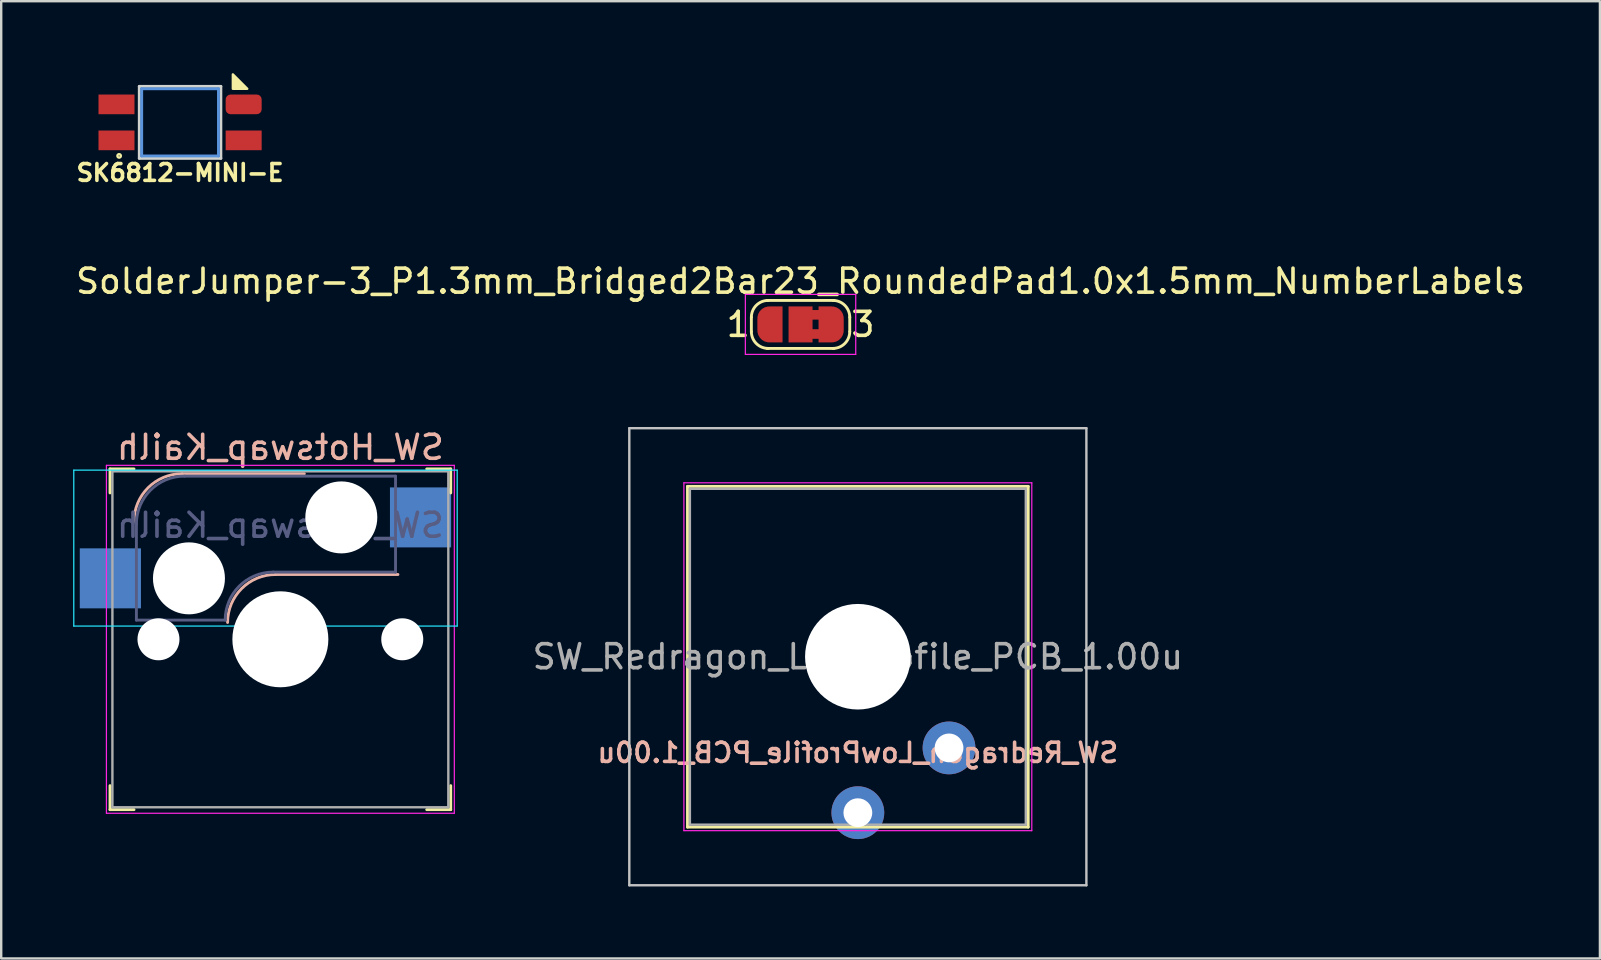
<source format=kicad_pcb>
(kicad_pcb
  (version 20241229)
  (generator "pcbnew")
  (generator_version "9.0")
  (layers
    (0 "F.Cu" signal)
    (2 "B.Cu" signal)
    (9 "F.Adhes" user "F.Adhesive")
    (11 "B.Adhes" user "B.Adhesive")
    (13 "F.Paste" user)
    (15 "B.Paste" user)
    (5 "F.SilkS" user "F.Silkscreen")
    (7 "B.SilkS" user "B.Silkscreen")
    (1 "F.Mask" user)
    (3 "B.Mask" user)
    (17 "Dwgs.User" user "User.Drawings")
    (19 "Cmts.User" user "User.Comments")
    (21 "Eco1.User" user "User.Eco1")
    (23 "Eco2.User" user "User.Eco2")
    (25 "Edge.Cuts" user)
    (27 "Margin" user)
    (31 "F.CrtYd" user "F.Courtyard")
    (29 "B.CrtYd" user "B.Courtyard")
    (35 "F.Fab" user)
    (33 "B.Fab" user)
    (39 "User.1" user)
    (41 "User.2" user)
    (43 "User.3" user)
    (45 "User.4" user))
  (footprint "SW_Hotswap_Kailh"
    (layer "F.Cu")
    (at 8.635 23.594)
    (property "Reference" "SW_Hotswap_Kailh" (at 0 -8 0) (layer "B.SilkS") (effects (font (size 1 1) (thickness 0.15)) (justify mirror)))
    (attr smd)
    (fp_line (start -7.1 -7.1) (end -7.1 -6.1) (stroke (width 0.12) (type solid)) (layer "F.SilkS"))
    (fp_line (start -7.1 6.1) (end -7.1 7.1) (stroke (width 0.12) (type solid)) (layer "F.SilkS"))
    (fp_line (start -6.1 -7.1) (end -7.1 -7.1) (stroke (width 0.12) (type solid)) (layer "F.SilkS"))
    (fp_line (start -6.1 7.1) (end -7.1 7.1) (stroke (width 0.12) (type solid)) (layer "F.SilkS"))
    (fp_line (start 6.1 -7.1) (end 7.1 -7.1) (stroke (width 0.12) (type solid)) (layer "F.SilkS"))
    (fp_line (start 6.1 7.1) (end 7.1 7.1) (stroke (width 0.12) (type solid)) (layer "F.SilkS"))
    (fp_line (start 7.1 -7.1) (end 7.1 -6.1) (stroke (width 0.12) (type solid)) (layer "F.SilkS"))
    (fp_line (start 7.1 7.1) (end 7.1 6.1) (stroke (width 0.12) (type solid)) (layer "F.SilkS"))
    (fp_line (start -4.1 -6.9) (end 1 -6.9) (stroke (width 0.12) (type solid)) (layer "B.SilkS"))
    (fp_line (start -0.2 -2.7) (end 4.9 -2.7) (stroke (width 0.12) (type solid)) (layer "B.SilkS"))
    (fp_arc (start -6.1 -4.9) (mid -5.514214 -6.314214) (end -4.1 -6.9) (stroke (width 0.12) (type solid)) (layer "B.SilkS"))
    (fp_arc (start -2.2 -0.7) (mid -1.614214 -2.114214) (end -0.2 -2.7) (stroke (width 0.12) (type solid)) (layer "B.SilkS"))
    (fp_line (start -8.61 -7.05) (end -8.61 -0.55) (stroke (width 0.05) (type solid)) (layer "B.CrtYd"))
    (fp_line (start -8.61 -0.55) (end 7.37 -0.55) (stroke (width 0.05) (type solid)) (layer "B.CrtYd"))
    (fp_line (start 7.37 -7.05) (end -8.61 -7.05) (stroke (width 0.05) (type solid)) (layer "B.CrtYd"))
    (fp_line (start 7.37 -0.55) (end 7.37 -7.05) (stroke (width 0.05) (type solid)) (layer "B.CrtYd"))
    (fp_line (start -7.25 -7.25) (end -7.25 7.25) (stroke (width 0.05) (type solid)) (layer "F.CrtYd"))
    (fp_line (start -7.25 7.25) (end 7.25 7.25) (stroke (width 0.05) (type solid)) (layer "F.CrtYd"))
    (fp_line (start 7.25 -7.25) (end -7.25 -7.25) (stroke (width 0.05) (type solid)) (layer "F.CrtYd"))
    (fp_line (start 7.25 7.25) (end 7.25 -7.25) (stroke (width 0.05) (type solid)) (layer "F.CrtYd"))
    (fp_line (start -6 -0.8) (end -6 -4.8) (stroke (width 0.12) (type solid)) (layer "B.Fab"))
    (fp_line (start -6 -0.8) (end -2.3 -0.8) (stroke (width 0.12) (type solid)) (layer "B.Fab"))
    (fp_line (start -4 -6.8) (end 4.8 -6.8) (stroke (width 0.12) (type solid)) (layer "B.Fab"))
    (fp_line (start -0.3 -2.8) (end 4.8 -2.8) (stroke (width 0.12) (type solid)) (layer "B.Fab"))
    (fp_line (start 4.8 -6.8) (end 4.8 -2.8) (stroke (width 0.12) (type solid)) (layer "B.Fab"))
    (fp_arc (start -6 -4.8) (mid -5.414214 -6.214214) (end -4 -6.8) (stroke (width 0.12) (type solid)) (layer "B.Fab"))
    (fp_arc (start -2.3 -0.8) (mid -1.714214 -2.214214) (end -0.3 -2.8) (stroke (width 0.12) (type solid)) (layer "B.Fab"))
    (fp_line (start -7 -7) (end -7 7) (stroke (width 0.1) (type solid)) (layer "F.Fab"))
    (fp_line (start -7 7) (end 7 7) (stroke (width 0.1) (type solid)) (layer "F.Fab"))
    (fp_line (start 7 -7) (end -7 -7) (stroke (width 0.1) (type solid)) (layer "F.Fab"))
    (fp_line (start 7 7) (end 7 -7) (stroke (width 0.1) (type solid)) (layer "F.Fab"))
    (fp_text user "${REFERENCE}" (at 0 -4.75 0) (layer "B.Fab") (effects (font (size 1 1) (thickness 0.15)) (justify mirror)))
    (pad "" np_thru_hole circle (at -5.08 0) (size 1.75 1.75) (drill 1.75) (layers "*.Cu" "*.Mask"))
    (pad "" np_thru_hole circle (at -3.81 -2.54) (size 3 3) (drill 3) (layers "*.Cu" "*.Mask"))
    (pad "" np_thru_hole circle (at 0 0) (size 4 4) (drill 4) (layers "*.Cu" "*.Mask"))
    (pad "" np_thru_hole circle (at 2.54 -5.08) (size 3 3) (drill 3) (layers "*.Cu" "*.Mask"))
    (pad "" np_thru_hole circle (at 5.08 0) (size 1.75 1.75) (drill 1.75) (layers "*.Cu" "*.Mask"))
    (pad "1" smd rect (at -7.085 -2.54) (size 2.55 2.5) (layers "B.Cu" "B.Mask" "B.Paste"))
    (pad "2" smd rect (at 5.842 -5.08) (size 2.55 2.5) (layers "B.Cu" "B.Mask" "B.Paste")))
  (footprint "SolderJumper-3_P1.3mm_Bridged2Bar23_RoundedPad1.0x1.5mm_NumberLabels"
    (layer "F.Cu")
    (at 30.315 10.471)
    (property "Reference" "SolderJumper-3_P1.3mm_Bridged2Bar23_RoundedPad1.0x1.5mm_NumberLabels" (at 0 -1.8 0) (layer "F.SilkS") (effects (font (size 1 1) (thickness 0.15))))
    (attr exclude_from_pos_files exclude_from_bom)
    (fp_poly (pts (xy 0.356 -0.6) (xy 0.914 -0.6) (xy 0.914 -0.2) (xy 0.356 -0.2)) (stroke (width 0) (type solid)) (fill yes) (layer "F.Cu"))
    (fp_poly (pts (xy 0.381 0.2) (xy 0.889 0.2) (xy 0.889 0.6) (xy 0.381 0.6)) (stroke (width 0) (type solid)) (fill yes) (layer "F.Cu"))
    (fp_line (start -2.05 0.3) (end -2.05 -0.3) (stroke (width 0.12) (type solid)) (layer "F.SilkS"))
    (fp_line (start -1.4 -1) (end 1.4 -1) (stroke (width 0.12) (type solid)) (layer "F.SilkS"))
    (fp_line (start 1.4 1) (end -1.4 1) (stroke (width 0.12) (type solid)) (layer "F.SilkS"))
    (fp_line (start 2.05 -0.3) (end 2.05 0.3) (stroke (width 0.12) (type solid)) (layer "F.SilkS"))
    (fp_arc (start -2.05 -0.3) (mid -1.844975 -0.794975) (end -1.35 -1) (stroke (width 0.12) (type solid)) (layer "F.SilkS"))
    (fp_arc (start -1.35 1) (mid -1.844975 0.794975) (end -2.05 0.3) (stroke (width 0.12) (type solid)) (layer "F.SilkS"))
    (fp_arc (start 1.35 -1) (mid 1.844975 -0.794975) (end 2.05 -0.3) (stroke (width 0.12) (type solid)) (layer "F.SilkS"))
    (fp_arc (start 2.05 0.3) (mid 1.844975 0.794975) (end 1.35 1) (stroke (width 0.12) (type solid)) (layer "F.SilkS"))
    (fp_line (start -2.3 -1.25) (end -2.3 1.25) (stroke (width 0.05) (type solid)) (layer "F.CrtYd"))
    (fp_line (start -2.3 -1.25) (end 2.3 -1.25) (stroke (width 0.05) (type solid)) (layer "F.CrtYd"))
    (fp_line (start 2.3 1.25) (end -2.3 1.25) (stroke (width 0.05) (type solid)) (layer "F.CrtYd"))
    (fp_line (start 2.3 1.25) (end 2.3 -1.25) (stroke (width 0.05) (type solid)) (layer "F.CrtYd"))
    (fp_text user "1" (at -2.6 0 0) (layer "F.SilkS") (effects (font (size 1 1) (thickness 0.15))))
    (fp_text user "3" (at 2.6 0 0) (layer "F.SilkS") (effects (font (size 1 1) (thickness 0.15))))
    (pad "1" smd custom (at -1.3 0) (size 1 0.5) (layers "F.Cu" "F.Mask") (options (anchor rect)) (primitives (gr_circle (center 0 0.25) (end 0.5 0.25) (width 0) (fill yes)) (gr_circle (center 0 -0.25) (end 0.5 -0.25) (width 0) (fill yes)) (gr_poly (pts (xy 0.55 -0.75) (xy 0 -0.75) (xy 0 0.75) (xy 0.55 0.75)) (width 0) (fill yes))))
    (pad "2" smd rect (at 0 0) (size 1 1.5) (layers "F.Cu" "F.Mask"))
    (pad "3" smd custom (at 1.3 0) (size 1 0.5) (layers "F.Cu" "F.Mask") (options (anchor rect)) (primitives (gr_circle (center 0 0.25) (end 0.5 0.25) (width 0) (fill yes)) (gr_circle (center 0 -0.25) (end 0.5 -0.25) (width 0) (fill yes)) (gr_poly (pts (xy -0.55 -0.75) (xy 0 -0.75) (xy 0 0.75) (xy -0.55 0.75)) (width 0) (fill yes)))))
  (footprint "SK6812-MINI-E"
    (layer "F.Cu")
    (at 4.455 2.05)
    (property "Reference" "SK6812-MINI-E" (at 0 2.1 0) (unlocked yes) (layer "F.SilkS") (effects (font (size 0.7 0.7) (thickness 0.15))))
    (attr smd)
    (fp_circle (center -2.54 1.397) (end -2.489 1.448) (stroke (width 0.1) (type default)) (fill no) (layer "F.SilkS"))
    (fp_poly (pts (xy 2.8 -1.4) (xy 2.2 -1.4) (xy 2.2 -2)) (stroke (width 0.1) (type solid)) (fill yes) (layer "F.SilkS"))
    (fp_line (start -1.6 -1.4) (end 1.6 -1.4) (stroke (width 0.12) (type solid)) (layer "Cmts.User"))
    (fp_line (start -1.6 1.4) (end -1.6 -1.4) (stroke (width 0.12) (type solid)) (layer "Cmts.User"))
    (fp_line (start 1.6 -1.4) (end 1.6 1.4) (stroke (width 0.12) (type solid)) (layer "Cmts.User"))
    (fp_line (start 1.6 1.4) (end -1.6 1.4) (stroke (width 0.12) (type solid)) (layer "Cmts.User"))
    (fp_line (start -1.7 -1.5) (end 1.7 -1.5) (stroke (width 0.12) (type solid)) (layer "Edge.Cuts"))
    (fp_line (start -1.7 1.5) (end -1.7 -1.5) (stroke (width 0.12) (type solid)) (layer "Edge.Cuts"))
    (fp_line (start 1.7 -1.5) (end 1.7 1.5) (stroke (width 0.12) (type solid)) (layer "Edge.Cuts"))
    (fp_line (start 1.7 1.5) (end -1.7 1.5) (stroke (width 0.12) (type solid)) (layer "Edge.Cuts"))
    (pad "1" smd rect (at -2.65 0.75) (size 1.5 0.82) (layers "F.Cu" "F.Mask" "F.Paste"))
    (pad "2" smd rect (at -2.65 -0.75) (size 1.5 0.82) (layers "F.Cu" "F.Mask" "F.Paste"))
    (pad "3" smd roundrect (at 2.65 -0.75) (size 1.5 0.82) (layers "F.Cu" "F.Mask" "F.Paste") (roundrect_rratio 0.25))
    (pad "4" smd rect (at 2.65 0.75) (size 1.5 0.82) (layers "F.Cu" "F.Mask" "F.Paste")))
  (footprint "SW_Redragon_LowProfile_PCB_1.00u"
    (layer "F.Cu")
    (at 32.703 24.321)
    (property "Reference" "SW_Redragon_LowProfile_PCB_1.00u" (at 0 4 0) (layer "B.SilkS") (effects (font (size 0.8 0.8) (thickness 0.15)) (justify mirror)))
    (attr through_hole)
    (fp_line (start -7.1 -7.1) (end -7.1 7.1) (stroke (width 0.12) (type solid)) (layer "F.SilkS"))
    (fp_line (start -7.1 7.1) (end 7.1 7.1) (stroke (width 0.12) (type solid)) (layer "F.SilkS"))
    (fp_line (start 7.1 -7.1) (end -7.1 -7.1) (stroke (width 0.12) (type solid)) (layer "F.SilkS"))
    (fp_line (start 7.1 7.1) (end 7.1 -7.1) (stroke (width 0.12) (type solid)) (layer "F.SilkS"))
    (fp_line (start -9.525 -9.525) (end -9.525 9.525) (stroke (width 0.1) (type solid)) (layer "Dwgs.User"))
    (fp_line (start -9.525 9.525) (end 9.525 9.525) (stroke (width 0.1) (type solid)) (layer "Dwgs.User"))
    (fp_line (start 9.525 -9.525) (end -9.525 -9.525) (stroke (width 0.1) (type solid)) (layer "Dwgs.User"))
    (fp_line (start 9.525 9.525) (end 9.525 -9.525) (stroke (width 0.1) (type solid)) (layer "Dwgs.User"))
    (fp_line (start -7 -7) (end -7 7) (stroke (width 0.1) (type solid)) (layer "Eco1.User"))
    (fp_line (start -7 7) (end 7 7) (stroke (width 0.1) (type solid)) (layer "Eco1.User"))
    (fp_line (start 7 -7) (end -7 -7) (stroke (width 0.1) (type solid)) (layer "Eco1.User"))
    (fp_line (start 7 7) (end 7 -7) (stroke (width 0.1) (type solid)) (layer "Eco1.User"))
    (fp_line (start -7.25 -7.25) (end -7.25 7.25) (stroke (width 0.05) (type solid)) (layer "F.CrtYd"))
    (fp_line (start -7.25 7.25) (end 7.25 7.25) (stroke (width 0.05) (type solid)) (layer "F.CrtYd"))
    (fp_line (start 7.25 -7.25) (end -7.25 -7.25) (stroke (width 0.05) (type solid)) (layer "F.CrtYd"))
    (fp_line (start 7.25 7.25) (end 7.25 -7.25) (stroke (width 0.05) (type solid)) (layer "F.CrtYd"))
    (fp_line (start -7 -7) (end -7 7) (stroke (width 0.1) (type solid)) (layer "F.Fab"))
    (fp_line (start -7 7) (end 7 7) (stroke (width 0.1) (type solid)) (layer "F.Fab"))
    (fp_line (start 7 -7) (end -7 -7) (stroke (width 0.1) (type solid)) (layer "F.Fab"))
    (fp_line (start 7 7) (end 7 -7) (stroke (width 0.1) (type solid)) (layer "F.Fab"))
    (fp_text user "${REFERENCE}" (at 0 0 0) (layer "F.Fab") (effects (font (size 1 1) (thickness 0.15))))
    (pad "" np_thru_hole circle (at 0 0) (size 4.4 4.4) (drill 4.4) (layers "*.Cu" "*.Mask"))
    (pad "1" thru_hole circle (at 3.8 3.8) (size 2.2 2.2) (drill 1.2) (layers "*.Cu" "B.Mask"))
    (pad "2" thru_hole circle (at 0 6.5) (size 2.2 2.2) (drill 1.2) (layers "*.Cu" "B.Mask")))
  (gr_rect
    (start -3 -3)
    (end 63.631 36.896)
    (stroke (width 0.1) (type default))
    (fill no)
    (layer "Edge.Cuts")))
</source>
